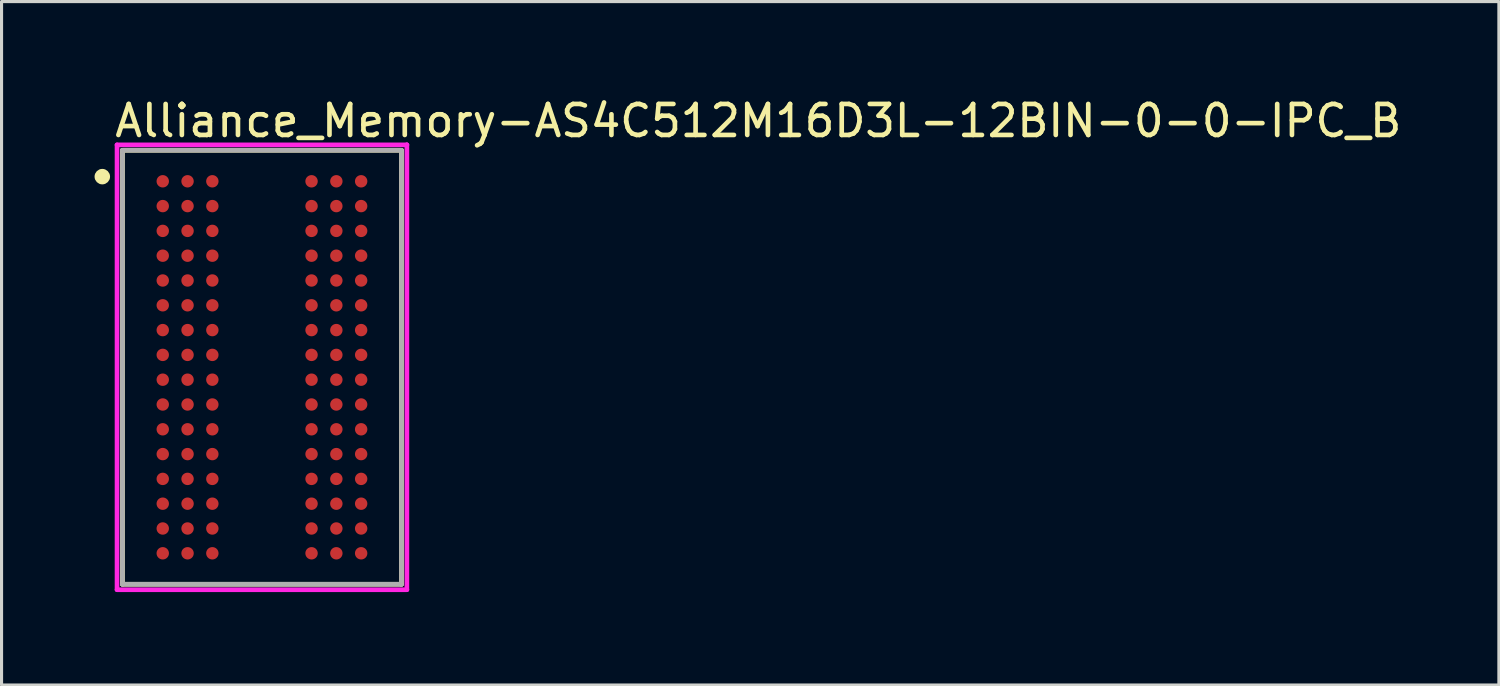
<source format=kicad_pcb>
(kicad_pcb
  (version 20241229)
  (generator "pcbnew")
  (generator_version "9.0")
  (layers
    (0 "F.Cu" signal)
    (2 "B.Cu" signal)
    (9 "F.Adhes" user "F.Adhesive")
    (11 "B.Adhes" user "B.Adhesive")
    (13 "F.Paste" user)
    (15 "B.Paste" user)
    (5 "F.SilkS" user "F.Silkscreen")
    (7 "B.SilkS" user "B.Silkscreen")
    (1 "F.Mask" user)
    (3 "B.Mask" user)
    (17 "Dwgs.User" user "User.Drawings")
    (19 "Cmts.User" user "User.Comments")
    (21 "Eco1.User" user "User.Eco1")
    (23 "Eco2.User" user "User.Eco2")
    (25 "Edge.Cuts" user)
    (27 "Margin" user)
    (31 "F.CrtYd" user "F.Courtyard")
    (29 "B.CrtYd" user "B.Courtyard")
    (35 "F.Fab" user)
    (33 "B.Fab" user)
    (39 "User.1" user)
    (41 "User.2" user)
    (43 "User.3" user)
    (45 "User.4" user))
  (footprint "Alliance_Memory-AS4C512M16D3L-12BIN-0-0-IPC_B"
    (layer "F.Cu")
    (at 5.4 8.798)
    (property "Reference" "Alliance_Memory-AS4C512M16D3L-12BIN-0-0-IPC_B" (at -4.825 -7.95 0) (layer "F.SilkS") (effects (font (size 1 1) (thickness 0.15)) (justify left)))
    (attr through_hole)
    (fp_line (start -4.5 -7) (end 4.5 -7) (stroke (width 0.15) (type solid)) (layer "F.SilkS"))
    (fp_line (start -4.5 7) (end -4.5 -7) (stroke (width 0.15) (type solid)) (layer "F.SilkS"))
    (fp_line (start 4.5 -7) (end 4.5 7) (stroke (width 0.15) (type solid)) (layer "F.SilkS"))
    (fp_line (start 4.5 7) (end -4.5 7) (stroke (width 0.15) (type solid)) (layer "F.SilkS"))
    (fp_circle (center -5.15 -6.15) (end -5.025 -6.15) (stroke (width 0.25) (type solid)) (fill no) (layer "F.SilkS"))
    (fp_line (start -4.675 -7.175) (end -4.675 7.175) (stroke (width 0.15) (type solid)) (layer "F.CrtYd"))
    (fp_line (start -4.675 7.175) (end 4.675 7.175) (stroke (width 0.15) (type solid)) (layer "F.CrtYd"))
    (fp_line (start 4.675 -7.175) (end -4.675 -7.175) (stroke (width 0.15) (type solid)) (layer "F.CrtYd"))
    (fp_line (start 4.675 -7.175) (end 4.675 -7.175) (stroke (width 0.15) (type solid)) (layer "F.CrtYd"))
    (fp_line (start 4.675 7.175) (end 4.675 -7.175) (stroke (width 0.15) (type solid)) (layer "F.CrtYd"))
    (fp_line (start -4.5 -7) (end 4.5 -7) (stroke (width 0.15) (type solid)) (layer "F.Fab"))
    (fp_line (start -4.5 7) (end -4.5 -7) (stroke (width 0.15) (type solid)) (layer "F.Fab"))
    (fp_line (start 4.5 -7) (end 4.5 7) (stroke (width 0.15) (type solid)) (layer "F.Fab"))
    (fp_line (start 4.5 7) (end -4.5 7) (stroke (width 0.15) (type solid)) (layer "F.Fab"))
    (pad "A1" smd circle (at -3.2 -6) (size 0.4 0.4) (layers "F.Cu" "F.Mask" "F.Paste"))
    (pad "A2" smd circle (at -2.4 -6) (size 0.4 0.4) (layers "F.Cu" "F.Mask" "F.Paste"))
    (pad "A3" smd circle (at -1.6 -6) (size 0.4 0.4) (layers "F.Cu" "F.Mask" "F.Paste"))
    (pad "A7" smd circle (at 1.6 -6) (size 0.4 0.4) (layers "F.Cu" "F.Mask" "F.Paste"))
    (pad "A8" smd circle (at 2.4 -6) (size 0.4 0.4) (layers "F.Cu" "F.Mask" "F.Paste"))
    (pad "A9" smd circle (at 3.2 -6) (size 0.4 0.4) (layers "F.Cu" "F.Mask" "F.Paste"))
    (pad "B1" smd circle (at -3.2 -5.2) (size 0.4 0.4) (layers "F.Cu" "F.Mask" "F.Paste"))
    (pad "B2" smd circle (at -2.4 -5.2) (size 0.4 0.4) (layers "F.Cu" "F.Mask" "F.Paste"))
    (pad "B3" smd circle (at -1.6 -5.2) (size 0.4 0.4) (layers "F.Cu" "F.Mask" "F.Paste"))
    (pad "B7" smd circle (at 1.6 -5.2) (size 0.4 0.4) (layers "F.Cu" "F.Mask" "F.Paste"))
    (pad "B8" smd circle (at 2.4 -5.2) (size 0.4 0.4) (layers "F.Cu" "F.Mask" "F.Paste"))
    (pad "B9" smd circle (at 3.2 -5.2) (size 0.4 0.4) (layers "F.Cu" "F.Mask" "F.Paste"))
    (pad "C1" smd circle (at -3.2 -4.4) (size 0.4 0.4) (layers "F.Cu" "F.Mask" "F.Paste"))
    (pad "C2" smd circle (at -2.4 -4.4) (size 0.4 0.4) (layers "F.Cu" "F.Mask" "F.Paste"))
    (pad "C3" smd circle (at -1.6 -4.4) (size 0.4 0.4) (layers "F.Cu" "F.Mask" "F.Paste"))
    (pad "C7" smd circle (at 1.6 -4.4) (size 0.4 0.4) (layers "F.Cu" "F.Mask" "F.Paste"))
    (pad "C8" smd circle (at 2.4 -4.4) (size 0.4 0.4) (layers "F.Cu" "F.Mask" "F.Paste"))
    (pad "C9" smd circle (at 3.2 -4.4) (size 0.4 0.4) (layers "F.Cu" "F.Mask" "F.Paste"))
    (pad "D1" smd circle (at -3.2 -3.6) (size 0.4 0.4) (layers "F.Cu" "F.Mask" "F.Paste"))
    (pad "D2" smd circle (at -2.4 -3.6) (size 0.4 0.4) (layers "F.Cu" "F.Mask" "F.Paste"))
    (pad "D3" smd circle (at -1.6 -3.6) (size 0.4 0.4) (layers "F.Cu" "F.Mask" "F.Paste"))
    (pad "D7" smd circle (at 1.6 -3.6) (size 0.4 0.4) (layers "F.Cu" "F.Mask" "F.Paste"))
    (pad "D8" smd circle (at 2.4 -3.6) (size 0.4 0.4) (layers "F.Cu" "F.Mask" "F.Paste"))
    (pad "D9" smd circle (at 3.2 -3.6) (size 0.4 0.4) (layers "F.Cu" "F.Mask" "F.Paste"))
    (pad "E1" smd circle (at -3.2 -2.8) (size 0.4 0.4) (layers "F.Cu" "F.Mask" "F.Paste"))
    (pad "E2" smd circle (at -2.4 -2.8) (size 0.4 0.4) (layers "F.Cu" "F.Mask" "F.Paste"))
    (pad "E3" smd circle (at -1.6 -2.8) (size 0.4 0.4) (layers "F.Cu" "F.Mask" "F.Paste"))
    (pad "E7" smd circle (at 1.6 -2.8) (size 0.4 0.4) (layers "F.Cu" "F.Mask" "F.Paste"))
    (pad "E8" smd circle (at 2.4 -2.8) (size 0.4 0.4) (layers "F.Cu" "F.Mask" "F.Paste"))
    (pad "E9" smd circle (at 3.2 -2.8) (size 0.4 0.4) (layers "F.Cu" "F.Mask" "F.Paste"))
    (pad "F1" smd circle (at -3.2 -2) (size 0.4 0.4) (layers "F.Cu" "F.Mask" "F.Paste"))
    (pad "F2" smd circle (at -2.4 -2) (size 0.4 0.4) (layers "F.Cu" "F.Mask" "F.Paste"))
    (pad "F3" smd circle (at -1.6 -2) (size 0.4 0.4) (layers "F.Cu" "F.Mask" "F.Paste"))
    (pad "F7" smd circle (at 1.6 -2) (size 0.4 0.4) (layers "F.Cu" "F.Mask" "F.Paste"))
    (pad "F8" smd circle (at 2.4 -2) (size 0.4 0.4) (layers "F.Cu" "F.Mask" "F.Paste"))
    (pad "F9" smd circle (at 3.2 -2) (size 0.4 0.4) (layers "F.Cu" "F.Mask" "F.Paste"))
    (pad "G1" smd circle (at -3.2 -1.2) (size 0.4 0.4) (layers "F.Cu" "F.Mask" "F.Paste"))
    (pad "G2" smd circle (at -2.4 -1.2) (size 0.4 0.4) (layers "F.Cu" "F.Mask" "F.Paste"))
    (pad "G3" smd circle (at -1.6 -1.2) (size 0.4 0.4) (layers "F.Cu" "F.Mask" "F.Paste"))
    (pad "G7" smd circle (at 1.6 -1.2) (size 0.4 0.4) (layers "F.Cu" "F.Mask" "F.Paste"))
    (pad "G8" smd circle (at 2.4 -1.2) (size 0.4 0.4) (layers "F.Cu" "F.Mask" "F.Paste"))
    (pad "G9" smd circle (at 3.2 -1.2) (size 0.4 0.4) (layers "F.Cu" "F.Mask" "F.Paste"))
    (pad "H1" smd circle (at -3.2 -0.4) (size 0.4 0.4) (layers "F.Cu" "F.Mask" "F.Paste"))
    (pad "H2" smd circle (at -2.4 -0.4) (size 0.4 0.4) (layers "F.Cu" "F.Mask" "F.Paste"))
    (pad "H3" smd circle (at -1.6 -0.4) (size 0.4 0.4) (layers "F.Cu" "F.Mask" "F.Paste"))
    (pad "H7" smd circle (at 1.6 -0.4) (size 0.4 0.4) (layers "F.Cu" "F.Mask" "F.Paste"))
    (pad "H8" smd circle (at 2.4 -0.4) (size 0.4 0.4) (layers "F.Cu" "F.Mask" "F.Paste"))
    (pad "H9" smd circle (at 3.2 -0.4) (size 0.4 0.4) (layers "F.Cu" "F.Mask" "F.Paste"))
    (pad "J1" smd circle (at -3.2 0.4) (size 0.4 0.4) (layers "F.Cu" "F.Mask" "F.Paste"))
    (pad "J2" smd circle (at -2.4 0.4) (size 0.4 0.4) (layers "F.Cu" "F.Mask" "F.Paste"))
    (pad "J3" smd circle (at -1.6 0.4) (size 0.4 0.4) (layers "F.Cu" "F.Mask" "F.Paste"))
    (pad "J7" smd circle (at 1.6 0.4) (size 0.4 0.4) (layers "F.Cu" "F.Mask" "F.Paste"))
    (pad "J8" smd circle (at 2.4 0.4) (size 0.4 0.4) (layers "F.Cu" "F.Mask" "F.Paste"))
    (pad "J9" smd circle (at 3.2 0.4) (size 0.4 0.4) (layers "F.Cu" "F.Mask" "F.Paste"))
    (pad "K1" smd circle (at -3.2 1.2) (size 0.4 0.4) (layers "F.Cu" "F.Mask" "F.Paste"))
    (pad "K2" smd circle (at -2.4 1.2) (size 0.4 0.4) (layers "F.Cu" "F.Mask" "F.Paste"))
    (pad "K3" smd circle (at -1.6 1.2) (size 0.4 0.4) (layers "F.Cu" "F.Mask" "F.Paste"))
    (pad "K7" smd circle (at 1.6 1.2) (size 0.4 0.4) (layers "F.Cu" "F.Mask" "F.Paste"))
    (pad "K8" smd circle (at 2.4 1.2) (size 0.4 0.4) (layers "F.Cu" "F.Mask" "F.Paste"))
    (pad "K9" smd circle (at 3.2 1.2) (size 0.4 0.4) (layers "F.Cu" "F.Mask" "F.Paste"))
    (pad "L1" smd circle (at -3.2 2) (size 0.4 0.4) (layers "F.Cu" "F.Mask" "F.Paste"))
    (pad "L2" smd circle (at -2.4 2) (size 0.4 0.4) (layers "F.Cu" "F.Mask" "F.Paste"))
    (pad "L3" smd circle (at -1.6 2) (size 0.4 0.4) (layers "F.Cu" "F.Mask" "F.Paste"))
    (pad "L7" smd circle (at 1.6 2) (size 0.4 0.4) (layers "F.Cu" "F.Mask" "F.Paste"))
    (pad "L8" smd circle (at 2.4 2) (size 0.4 0.4) (layers "F.Cu" "F.Mask" "F.Paste"))
    (pad "L9" smd circle (at 3.2 2) (size 0.4 0.4) (layers "F.Cu" "F.Mask" "F.Paste"))
    (pad "M1" smd circle (at -3.2 2.8) (size 0.4 0.4) (layers "F.Cu" "F.Mask" "F.Paste"))
    (pad "M2" smd circle (at -2.4 2.8) (size 0.4 0.4) (layers "F.Cu" "F.Mask" "F.Paste"))
    (pad "M3" smd circle (at -1.6 2.8) (size 0.4 0.4) (layers "F.Cu" "F.Mask" "F.Paste"))
    (pad "M7" smd circle (at 1.6 2.8) (size 0.4 0.4) (layers "F.Cu" "F.Mask" "F.Paste"))
    (pad "M8" smd circle (at 2.4 2.8) (size 0.4 0.4) (layers "F.Cu" "F.Mask" "F.Paste"))
    (pad "M9" smd circle (at 3.2 2.8) (size 0.4 0.4) (layers "F.Cu" "F.Mask" "F.Paste"))
    (pad "N1" smd circle (at -3.2 3.6) (size 0.4 0.4) (layers "F.Cu" "F.Mask" "F.Paste"))
    (pad "N2" smd circle (at -2.4 3.6) (size 0.4 0.4) (layers "F.Cu" "F.Mask" "F.Paste"))
    (pad "N3" smd circle (at -1.6 3.6) (size 0.4 0.4) (layers "F.Cu" "F.Mask" "F.Paste"))
    (pad "N7" smd circle (at 1.6 3.6) (size 0.4 0.4) (layers "F.Cu" "F.Mask" "F.Paste"))
    (pad "N8" smd circle (at 2.4 3.6) (size 0.4 0.4) (layers "F.Cu" "F.Mask" "F.Paste"))
    (pad "N9" smd circle (at 3.2 3.6) (size 0.4 0.4) (layers "F.Cu" "F.Mask" "F.Paste"))
    (pad "P1" smd circle (at -3.2 4.4) (size 0.4 0.4) (layers "F.Cu" "F.Mask" "F.Paste"))
    (pad "P2" smd circle (at -2.4 4.4) (size 0.4 0.4) (layers "F.Cu" "F.Mask" "F.Paste"))
    (pad "P3" smd circle (at -1.6 4.4) (size 0.4 0.4) (layers "F.Cu" "F.Mask" "F.Paste"))
    (pad "P7" smd circle (at 1.6 4.4) (size 0.4 0.4) (layers "F.Cu" "F.Mask" "F.Paste"))
    (pad "P8" smd circle (at 2.4 4.4) (size 0.4 0.4) (layers "F.Cu" "F.Mask" "F.Paste"))
    (pad "P9" smd circle (at 3.2 4.4) (size 0.4 0.4) (layers "F.Cu" "F.Mask" "F.Paste"))
    (pad "R1" smd circle (at -3.2 5.2) (size 0.4 0.4) (layers "F.Cu" "F.Mask" "F.Paste"))
    (pad "R2" smd circle (at -2.4 5.2) (size 0.4 0.4) (layers "F.Cu" "F.Mask" "F.Paste"))
    (pad "R3" smd circle (at -1.6 5.2) (size 0.4 0.4) (layers "F.Cu" "F.Mask" "F.Paste"))
    (pad "R7" smd circle (at 1.6 5.2) (size 0.4 0.4) (layers "F.Cu" "F.Mask" "F.Paste"))
    (pad "R8" smd circle (at 2.4 5.2) (size 0.4 0.4) (layers "F.Cu" "F.Mask" "F.Paste"))
    (pad "R9" smd circle (at 3.2 5.2) (size 0.4 0.4) (layers "F.Cu" "F.Mask" "F.Paste"))
    (pad "T1" smd circle (at -3.2 6) (size 0.4 0.4) (layers "F.Cu" "F.Mask" "F.Paste"))
    (pad "T2" smd circle (at -2.4 6) (size 0.4 0.4) (layers "F.Cu" "F.Mask" "F.Paste"))
    (pad "T3" smd circle (at -1.6 6) (size 0.4 0.4) (layers "F.Cu" "F.Mask" "F.Paste"))
    (pad "T7" smd circle (at 1.6 6) (size 0.4 0.4) (layers "F.Cu" "F.Mask" "F.Paste"))
    (pad "T8" smd circle (at 2.4 6) (size 0.4 0.4) (layers "F.Cu" "F.Mask" "F.Paste"))
    (pad "T9" smd circle (at 3.2 6) (size 0.4 0.4) (layers "F.Cu" "F.Mask" "F.Paste")))
  (gr_rect
    (start -3 -3)
    (end 45.301 19.048)
    (stroke (width 0.1) (type default))
    (fill no)
    (layer "Edge.Cuts")))
</source>
